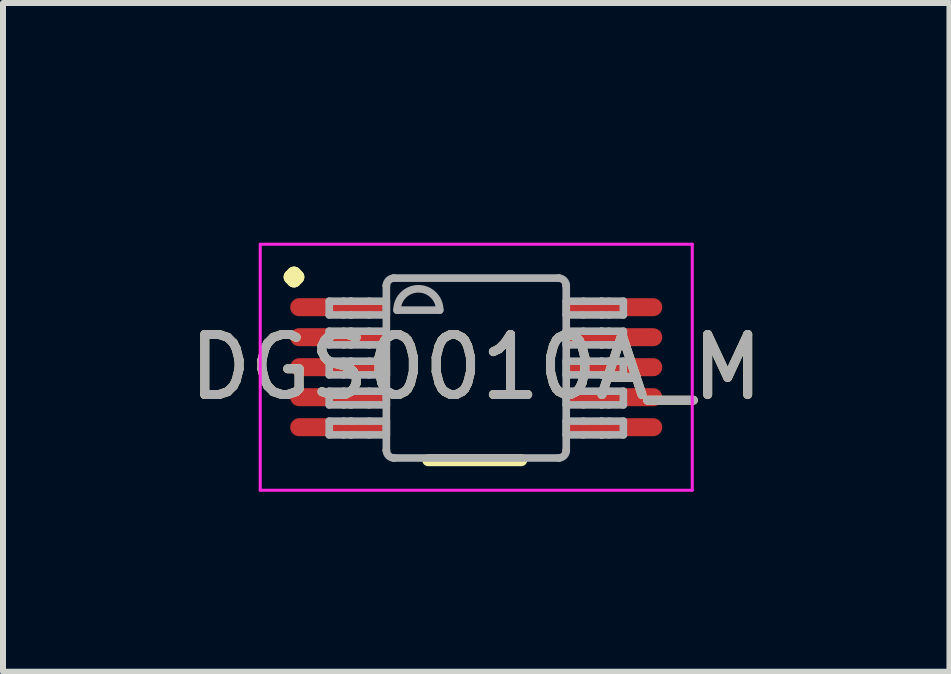
<source format=kicad_pcb>
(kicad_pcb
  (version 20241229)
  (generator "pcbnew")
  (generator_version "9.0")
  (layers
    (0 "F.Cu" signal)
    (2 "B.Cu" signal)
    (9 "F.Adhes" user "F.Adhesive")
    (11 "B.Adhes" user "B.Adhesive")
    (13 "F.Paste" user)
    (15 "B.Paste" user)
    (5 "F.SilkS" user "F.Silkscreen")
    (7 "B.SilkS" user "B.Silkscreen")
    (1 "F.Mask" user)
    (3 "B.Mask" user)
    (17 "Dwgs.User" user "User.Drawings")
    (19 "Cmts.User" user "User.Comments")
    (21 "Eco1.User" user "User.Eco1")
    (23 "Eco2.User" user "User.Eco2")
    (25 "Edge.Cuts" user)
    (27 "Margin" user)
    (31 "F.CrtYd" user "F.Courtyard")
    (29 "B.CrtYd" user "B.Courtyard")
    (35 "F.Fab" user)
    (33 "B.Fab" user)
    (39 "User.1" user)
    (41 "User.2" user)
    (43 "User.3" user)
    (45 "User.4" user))
  (footprint "DGS0010A_M"
    (layer "F.Cu")
    (at 4.887 3.07)
    (property "Reference" "DGS0010A_M" (at 0 0 0) (unlocked yes) (layer "F.SilkS") (effects (font (size 1 1) (thickness 0.15))))
    (attr smd)
    (fp_line (start -0.8 1.55) (end 0.75 1.55) (stroke (width 0.2) (type solid)) (layer "F.SilkS"))
    (fp_line (start -3.6 -2.05) (end 3.6 -2.05) (stroke (width 0.05) (type solid)) (layer "F.CrtYd"))
    (fp_line (start -3.6 2.05) (end -3.6 -2.05) (stroke (width 0.05) (type solid)) (layer "F.CrtYd"))
    (fp_line (start -3.6 2.05) (end 3.6 2.05) (stroke (width 0.05) (type solid)) (layer "F.CrtYd"))
    (fp_line (start 3.6 2.05) (end 3.6 -2.05) (stroke (width 0.05) (type solid)) (layer "F.CrtYd"))
    (fp_line (start -2.45 -1.1) (end -2.21 -1.1) (stroke (width 0.127) (type solid)) (layer "F.Fab"))
    (fp_line (start -2.45 -0.871) (end -2.45 -1.1) (stroke (width 0.127) (type solid)) (layer "F.Fab"))
    (fp_line (start -2.45 -0.871) (end -2.21 -0.871) (stroke (width 0.127) (type solid)) (layer "F.Fab"))
    (fp_line (start -2.45 -0.6) (end -2.21 -0.6) (stroke (width 0.127) (type solid)) (layer "F.Fab"))
    (fp_line (start -2.45 -0.372) (end -2.45 -0.6) (stroke (width 0.127) (type solid)) (layer "F.Fab"))
    (fp_line (start -2.45 -0.372) (end -2.21 -0.372) (stroke (width 0.127) (type solid)) (layer "F.Fab"))
    (fp_line (start -2.45 -0.1) (end -2.21 -0.1) (stroke (width 0.127) (type solid)) (layer "F.Fab"))
    (fp_line (start -2.45 0.128) (end -2.45 -0.1) (stroke (width 0.127) (type solid)) (layer "F.Fab"))
    (fp_line (start -2.45 0.128) (end -2.21 0.128) (stroke (width 0.127) (type solid)) (layer "F.Fab"))
    (fp_line (start -2.45 0.4) (end -2.21 0.4) (stroke (width 0.127) (type solid)) (layer "F.Fab"))
    (fp_line (start -2.45 0.628) (end -2.45 0.4) (stroke (width 0.127) (type solid)) (layer "F.Fab"))
    (fp_line (start -2.45 0.628) (end -2.21 0.628) (stroke (width 0.127) (type solid)) (layer "F.Fab"))
    (fp_line (start -2.45 0.899) (end -2.21 0.899) (stroke (width 0.127) (type solid)) (layer "F.Fab"))
    (fp_line (start -2.45 1.128) (end -2.45 0.899) (stroke (width 0.127) (type solid)) (layer "F.Fab"))
    (fp_line (start -2.45 1.128) (end -2.21 1.128) (stroke (width 0.127) (type solid)) (layer "F.Fab"))
    (fp_line (start -2.21 -1.1) (end -2.09 -1.1) (stroke (width 0.127) (type solid)) (layer "F.Fab"))
    (fp_line (start -2.21 -0.871) (end -2.09 -0.871) (stroke (width 0.127) (type solid)) (layer "F.Fab"))
    (fp_line (start -2.21 -0.6) (end -2.09 -0.6) (stroke (width 0.127) (type solid)) (layer "F.Fab"))
    (fp_line (start -2.21 -0.372) (end -2.09 -0.372) (stroke (width 0.127) (type solid)) (layer "F.Fab"))
    (fp_line (start -2.21 -0.1) (end -2.09 -0.1) (stroke (width 0.127) (type solid)) (layer "F.Fab"))
    (fp_line (start -2.21 0.128) (end -2.09 0.128) (stroke (width 0.127) (type solid)) (layer "F.Fab"))
    (fp_line (start -2.21 0.4) (end -2.09 0.4) (stroke (width 0.127) (type solid)) (layer "F.Fab"))
    (fp_line (start -2.21 0.628) (end -2.09 0.628) (stroke (width 0.127) (type solid)) (layer "F.Fab"))
    (fp_line (start -2.21 0.899) (end -2.09 0.899) (stroke (width 0.127) (type solid)) (layer "F.Fab"))
    (fp_line (start -2.21 1.128) (end -2.09 1.128) (stroke (width 0.127) (type solid)) (layer "F.Fab"))
    (fp_line (start -2.09 -1.1) (end -2.087 -1.1) (stroke (width 0.127) (type solid)) (layer "F.Fab"))
    (fp_line (start -2.09 -0.871) (end -2.087 -0.871) (stroke (width 0.127) (type solid)) (layer "F.Fab"))
    (fp_line (start -2.09 -0.6) (end -2.087 -0.6) (stroke (width 0.127) (type solid)) (layer "F.Fab"))
    (fp_line (start -2.09 -0.372) (end -2.087 -0.372) (stroke (width 0.127) (type solid)) (layer "F.Fab"))
    (fp_line (start -2.09 -0.1) (end -2.087 -0.1) (stroke (width 0.127) (type solid)) (layer "F.Fab"))
    (fp_line (start -2.09 0.128) (end -2.087 0.128) (stroke (width 0.127) (type solid)) (layer "F.Fab"))
    (fp_line (start -2.09 0.4) (end -2.087 0.4) (stroke (width 0.127) (type solid)) (layer "F.Fab"))
    (fp_line (start -2.09 0.628) (end -2.087 0.628) (stroke (width 0.127) (type solid)) (layer "F.Fab"))
    (fp_line (start -2.09 0.899) (end -2.087 0.899) (stroke (width 0.127) (type solid)) (layer "F.Fab"))
    (fp_line (start -2.09 1.128) (end -2.087 1.128) (stroke (width 0.127) (type solid)) (layer "F.Fab"))
    (fp_line (start -2.087 -1.1) (end -1.784 -1.1) (stroke (width 0.127) (type solid)) (layer "F.Fab"))
    (fp_line (start -2.087 -0.871) (end -1.784 -0.871) (stroke (width 0.127) (type solid)) (layer "F.Fab"))
    (fp_line (start -2.087 -0.6) (end -1.784 -0.6) (stroke (width 0.127) (type solid)) (layer "F.Fab"))
    (fp_line (start -2.087 -0.372) (end -1.784 -0.372) (stroke (width 0.127) (type solid)) (layer "F.Fab"))
    (fp_line (start -2.087 -0.1) (end -1.784 -0.1) (stroke (width 0.127) (type solid)) (layer "F.Fab"))
    (fp_line (start -2.087 0.128) (end -1.784 0.128) (stroke (width 0.127) (type solid)) (layer "F.Fab"))
    (fp_line (start -2.087 0.4) (end -1.784 0.4) (stroke (width 0.127) (type solid)) (layer "F.Fab"))
    (fp_line (start -2.087 0.628) (end -1.784 0.628) (stroke (width 0.127) (type solid)) (layer "F.Fab"))
    (fp_line (start -2.087 0.899) (end -1.784 0.899) (stroke (width 0.127) (type solid)) (layer "F.Fab"))
    (fp_line (start -2.087 1.128) (end -1.784 1.128) (stroke (width 0.127) (type solid)) (layer "F.Fab"))
    (fp_line (start -1.784 -1.1) (end -1.498 -1.1) (stroke (width 0.127) (type solid)) (layer "F.Fab"))
    (fp_line (start -1.784 -0.871) (end -1.498 -0.871) (stroke (width 0.127) (type solid)) (layer "F.Fab"))
    (fp_line (start -1.784 -0.6) (end -1.498 -0.6) (stroke (width 0.127) (type solid)) (layer "F.Fab"))
    (fp_line (start -1.784 -0.372) (end -1.498 -0.372) (stroke (width 0.127) (type solid)) (layer "F.Fab"))
    (fp_line (start -1.784 -0.1) (end -1.498 -0.1) (stroke (width 0.127) (type solid)) (layer "F.Fab"))
    (fp_line (start -1.784 0.128) (end -1.498 0.128) (stroke (width 0.127) (type solid)) (layer "F.Fab"))
    (fp_line (start -1.784 0.4) (end -1.498 0.4) (stroke (width 0.127) (type solid)) (layer "F.Fab"))
    (fp_line (start -1.784 0.628) (end -1.498 0.628) (stroke (width 0.127) (type solid)) (layer "F.Fab"))
    (fp_line (start -1.784 0.899) (end -1.498 0.899) (stroke (width 0.127) (type solid)) (layer "F.Fab"))
    (fp_line (start -1.784 1.128) (end -1.498 1.128) (stroke (width 0.127) (type solid)) (layer "F.Fab"))
    (fp_line (start -1.498 -1.358) (end -1.497 -1.36) (stroke (width 0.127) (type solid)) (layer "F.Fab"))
    (fp_line (start -1.498 -0.871) (end -1.498 -1.1) (stroke (width 0.127) (type solid)) (layer "F.Fab"))
    (fp_line (start -1.498 -0.372) (end -1.498 -0.6) (stroke (width 0.127) (type solid)) (layer "F.Fab"))
    (fp_line (start -1.498 0.128) (end -1.498 -0.1) (stroke (width 0.127) (type solid)) (layer "F.Fab"))
    (fp_line (start -1.498 0.628) (end -1.498 0.4) (stroke (width 0.127) (type solid)) (layer "F.Fab"))
    (fp_line (start -1.498 1.128) (end -1.498 0.899) (stroke (width 0.127) (type solid)) (layer "F.Fab"))
    (fp_line (start -1.498 1.386) (end -1.498 -1.358) (stroke (width 0.127) (type solid)) (layer "F.Fab"))
    (fp_line (start -1.498 1.386) (end -1.497 1.388) (stroke (width 0.127) (type solid)) (layer "F.Fab"))
    (fp_line (start -1.373 -1.485) (end -1.371 -1.485) (stroke (width 0.127) (type solid)) (layer "F.Fab"))
    (fp_line (start -1.373 1.513) (end -1.371 1.513) (stroke (width 0.127) (type solid)) (layer "F.Fab"))
    (fp_line (start -1.371 -1.485) (end 1.373 -1.485) (stroke (width 0.127) (type solid)) (layer "F.Fab"))
    (fp_line (start -1.371 1.513) (end 1.373 1.513) (stroke (width 0.127) (type solid)) (layer "F.Fab"))
    (fp_line (start -1.32 -0.951) (end -0.609 -0.951) (stroke (width 0.127) (type solid)) (layer "F.Fab"))
    (fp_line (start 1.373 -1.485) (end 1.375 -1.485) (stroke (width 0.127) (type solid)) (layer "F.Fab"))
    (fp_line (start 1.373 1.513) (end 1.375 1.513) (stroke (width 0.127) (type solid)) (layer "F.Fab"))
    (fp_line (start 1.5 -1.36) (end 1.5 -1.358) (stroke (width 0.127) (type solid)) (layer "F.Fab"))
    (fp_line (start 1.5 1.388) (end 1.5 1.386) (stroke (width 0.127) (type solid)) (layer "F.Fab"))
    (fp_line (start 1.5 -1.1) (end 1.786 -1.1) (stroke (width 0.127) (type solid)) (layer "F.Fab"))
    (fp_line (start 1.5 -0.871) (end 1.5 -1.1) (stroke (width 0.127) (type solid)) (layer "F.Fab"))
    (fp_line (start 1.5 -0.871) (end 1.786 -0.871) (stroke (width 0.127) (type solid)) (layer "F.Fab"))
    (fp_line (start 1.5 -0.6) (end 1.786 -0.6) (stroke (width 0.127) (type solid)) (layer "F.Fab"))
    (fp_line (start 1.5 -0.372) (end 1.5 -0.6) (stroke (width 0.127) (type solid)) (layer "F.Fab"))
    (fp_line (start 1.5 -0.372) (end 1.786 -0.372) (stroke (width 0.127) (type solid)) (layer "F.Fab"))
    (fp_line (start 1.5 -0.1) (end 1.786 -0.1) (stroke (width 0.127) (type solid)) (layer "F.Fab"))
    (fp_line (start 1.5 0.128) (end 1.5 -0.1) (stroke (width 0.127) (type solid)) (layer "F.Fab"))
    (fp_line (start 1.5 0.128) (end 1.786 0.128) (stroke (width 0.127) (type solid)) (layer "F.Fab"))
    (fp_line (start 1.5 0.4) (end 1.786 0.4) (stroke (width 0.127) (type solid)) (layer "F.Fab"))
    (fp_line (start 1.5 0.628) (end 1.5 0.4) (stroke (width 0.127) (type solid)) (layer "F.Fab"))
    (fp_line (start 1.5 0.628) (end 1.786 0.628) (stroke (width 0.127) (type solid)) (layer "F.Fab"))
    (fp_line (start 1.5 0.899) (end 1.786 0.899) (stroke (width 0.127) (type solid)) (layer "F.Fab"))
    (fp_line (start 1.5 1.128) (end 1.5 0.899) (stroke (width 0.127) (type solid)) (layer "F.Fab"))
    (fp_line (start 1.5 1.128) (end 1.786 1.128) (stroke (width 0.127) (type solid)) (layer "F.Fab"))
    (fp_line (start 1.5 1.386) (end 1.5 -1.358) (stroke (width 0.127) (type solid)) (layer "F.Fab"))
    (fp_line (start 1.786 -1.1) (end 2.089 -1.1) (stroke (width 0.127) (type solid)) (layer "F.Fab"))
    (fp_line (start 1.786 -0.871) (end 2.089 -0.871) (stroke (width 0.127) (type solid)) (layer "F.Fab"))
    (fp_line (start 1.786 -0.6) (end 2.089 -0.6) (stroke (width 0.127) (type solid)) (layer "F.Fab"))
    (fp_line (start 1.786 -0.372) (end 2.089 -0.372) (stroke (width 0.127) (type solid)) (layer "F.Fab"))
    (fp_line (start 1.786 -0.1) (end 2.089 -0.1) (stroke (width 0.127) (type solid)) (layer "F.Fab"))
    (fp_line (start 1.786 0.128) (end 2.089 0.128) (stroke (width 0.127) (type solid)) (layer "F.Fab"))
    (fp_line (start 1.786 0.4) (end 2.089 0.4) (stroke (width 0.127) (type solid)) (layer "F.Fab"))
    (fp_line (start 1.786 0.628) (end 2.089 0.628) (stroke (width 0.127) (type solid)) (layer "F.Fab"))
    (fp_line (start 1.786 0.899) (end 2.089 0.899) (stroke (width 0.127) (type solid)) (layer "F.Fab"))
    (fp_line (start 1.786 1.128) (end 2.089 1.128) (stroke (width 0.127) (type solid)) (layer "F.Fab"))
    (fp_line (start 2.089 -1.1) (end 2.093 -1.1) (stroke (width 0.127) (type solid)) (layer "F.Fab"))
    (fp_line (start 2.089 -0.871) (end 2.093 -0.871) (stroke (width 0.127) (type solid)) (layer "F.Fab"))
    (fp_line (start 2.089 -0.6) (end 2.093 -0.6) (stroke (width 0.127) (type solid)) (layer "F.Fab"))
    (fp_line (start 2.089 -0.372) (end 2.093 -0.372) (stroke (width 0.127) (type solid)) (layer "F.Fab"))
    (fp_line (start 2.089 -0.1) (end 2.093 -0.1) (stroke (width 0.127) (type solid)) (layer "F.Fab"))
    (fp_line (start 2.089 0.128) (end 2.093 0.128) (stroke (width 0.127) (type solid)) (layer "F.Fab"))
    (fp_line (start 2.089 0.4) (end 2.093 0.4) (stroke (width 0.127) (type solid)) (layer "F.Fab"))
    (fp_line (start 2.089 0.628) (end 2.093 0.628) (stroke (width 0.127) (type solid)) (layer "F.Fab"))
    (fp_line (start 2.089 0.899) (end 2.093 0.899) (stroke (width 0.127) (type solid)) (layer "F.Fab"))
    (fp_line (start 2.089 1.128) (end 2.093 1.128) (stroke (width 0.127) (type solid)) (layer "F.Fab"))
    (fp_line (start 2.093 -1.1) (end 2.213 -1.1) (stroke (width 0.127) (type solid)) (layer "F.Fab"))
    (fp_line (start 2.093 -0.871) (end 2.213 -0.871) (stroke (width 0.127) (type solid)) (layer "F.Fab"))
    (fp_line (start 2.093 -0.6) (end 2.213 -0.6) (stroke (width 0.127) (type solid)) (layer "F.Fab"))
    (fp_line (start 2.093 -0.372) (end 2.213 -0.372) (stroke (width 0.127) (type solid)) (layer "F.Fab"))
    (fp_line (start 2.093 -0.1) (end 2.213 -0.1) (stroke (width 0.127) (type solid)) (layer "F.Fab"))
    (fp_line (start 2.093 0.128) (end 2.213 0.128) (stroke (width 0.127) (type solid)) (layer "F.Fab"))
    (fp_line (start 2.093 0.4) (end 2.213 0.4) (stroke (width 0.127) (type solid)) (layer "F.Fab"))
    (fp_line (start 2.093 0.628) (end 2.213 0.628) (stroke (width 0.127) (type solid)) (layer "F.Fab"))
    (fp_line (start 2.093 0.899) (end 2.213 0.899) (stroke (width 0.127) (type solid)) (layer "F.Fab"))
    (fp_line (start 2.093 1.128) (end 2.213 1.128) (stroke (width 0.127) (type solid)) (layer "F.Fab"))
    (fp_line (start 2.213 -1.1) (end 2.452 -1.1) (stroke (width 0.127) (type solid)) (layer "F.Fab"))
    (fp_line (start 2.213 -0.871) (end 2.452 -0.871) (stroke (width 0.127) (type solid)) (layer "F.Fab"))
    (fp_line (start 2.213 -0.6) (end 2.452 -0.6) (stroke (width 0.127) (type solid)) (layer "F.Fab"))
    (fp_line (start 2.213 -0.372) (end 2.452 -0.372) (stroke (width 0.127) (type solid)) (layer "F.Fab"))
    (fp_line (start 2.213 -0.1) (end 2.452 -0.1) (stroke (width 0.127) (type solid)) (layer "F.Fab"))
    (fp_line (start 2.213 0.128) (end 2.452 0.128) (stroke (width 0.127) (type solid)) (layer "F.Fab"))
    (fp_line (start 2.213 0.4) (end 2.452 0.4) (stroke (width 0.127) (type solid)) (layer "F.Fab"))
    (fp_line (start 2.213 0.628) (end 2.452 0.628) (stroke (width 0.127) (type solid)) (layer "F.Fab"))
    (fp_line (start 2.213 0.899) (end 2.452 0.899) (stroke (width 0.127) (type solid)) (layer "F.Fab"))
    (fp_line (start 2.213 1.128) (end 2.452 1.128) (stroke (width 0.127) (type solid)) (layer "F.Fab"))
    (fp_line (start 2.452 -0.871) (end 2.452 -1.1) (stroke (width 0.127) (type solid)) (layer "F.Fab"))
    (fp_line (start 2.452 -0.372) (end 2.452 -0.6) (stroke (width 0.127) (type solid)) (layer "F.Fab"))
    (fp_line (start 2.452 0.128) (end 2.452 -0.1) (stroke (width 0.127) (type solid)) (layer "F.Fab"))
    (fp_line (start 2.452 0.628) (end 2.452 0.4) (stroke (width 0.127) (type solid)) (layer "F.Fab"))
    (fp_line (start 2.452 1.128) (end 2.452 0.899) (stroke (width 0.127) (type solid)) (layer "F.Fab"))
    (fp_arc (start -1.49745 -1.360299) (mid -1.460293 -1.447356) (end -1.373243 -1.484531) (stroke (width 0.127) (type solid)) (layer "F.Fab"))
    (fp_arc (start -1.373243 1.512619) (mid -1.460293 1.475444) (end -1.49745 1.388386) (stroke (width 0.127) (type solid)) (layer "F.Fab"))
    (fp_arc (start -1.3197 -0.951156) (mid -0.9641 -1.306756) (end -0.6085 -0.951156) (stroke (width 0.127) (type solid)) (layer "F.Fab"))
    (fp_arc (start 1.375443 -1.484532) (mid 1.462505 -1.447362) (end 1.499675 -1.360299) (stroke (width 0.127) (type solid)) (layer "F.Fab"))
    (fp_arc (start 1.499675 1.388387) (mid 1.462505 1.475449) (end 1.375443 1.512619) (stroke (width 0.127) (type solid)) (layer "F.Fab"))
    (fp_text user "." (at -3.44 -1.32 0) (unlocked yes) (layer "F.SilkS") (effects (font (size 1 1) (thickness 0.25) (bold yes)) (justify left bottom)))
    (fp_text user "${REFERENCE}" (at 0 0 0) (unlocked yes) (layer "F.Fab") (effects (font (size 1 1) (thickness 0.15))))
    (pad "1" smd oval (at -2.325 -1 90) (size 0.3 1.55) (layers "F.Cu" "F.Mask" "F.Paste"))
    (pad "2" smd oval (at -2.325 -0.5 90) (size 0.3 1.55) (layers "F.Cu" "F.Mask" "F.Paste"))
    (pad "3" smd oval (at -2.325 0 90) (size 0.3 1.55) (layers "F.Cu" "F.Mask" "F.Paste"))
    (pad "4" smd oval (at -2.325 0.5 90) (size 0.3 1.55) (layers "F.Cu" "F.Mask" "F.Paste"))
    (pad "5" smd oval (at -2.325 1 90) (size 0.3 1.55) (layers "F.Cu" "F.Mask" "F.Paste"))
    (pad "6" smd oval (at 2.325 1 90) (size 0.3 1.55) (layers "F.Cu" "F.Mask" "F.Paste"))
    (pad "7" smd oval (at 2.325 0.5 90) (size 0.3 1.55) (layers "F.Cu" "F.Mask" "F.Paste"))
    (pad "8" smd oval (at 2.325 0 90) (size 0.3 1.55) (layers "F.Cu" "F.Mask" "F.Paste"))
    (pad "9" smd oval (at 2.325 -0.5 90) (size 0.3 1.55) (layers "F.Cu" "F.Mask" "F.Paste"))
    (pad "10" smd oval (at 2.325 -1 90) (size 0.3 1.55) (layers "F.Cu" "F.Mask" "F.Paste")))
  (gr_rect
    (start -3 -3)
    (end 12.774 8.145)
    (stroke (width 0.1) (type default))
    (fill no)
    (layer "Edge.Cuts")))
</source>
